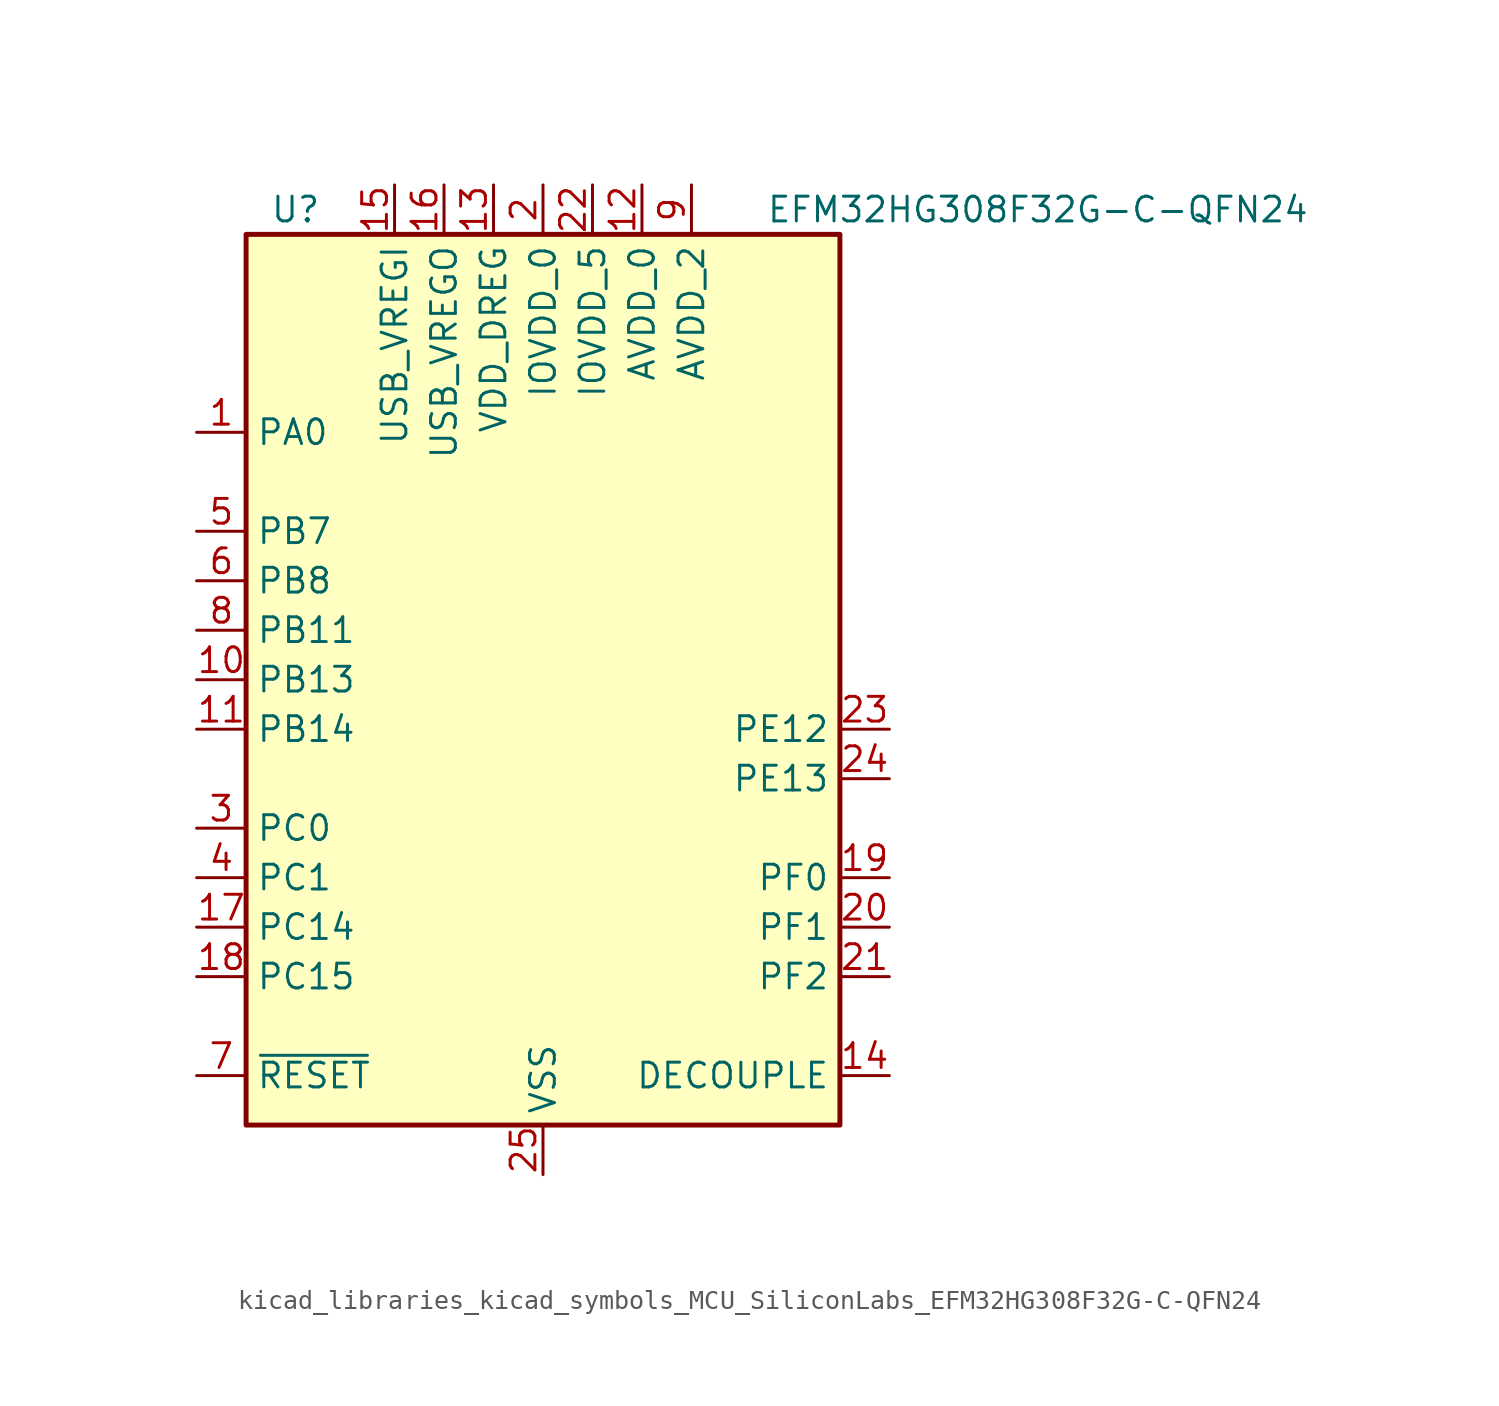
<source format=kicad_sym>
(kicad_symbol_lib
  (version 20220914)
  (generator kicad_symbol_editor)
  (symbol "kicad_libraries_kicad_symbols_MCU_SiliconLabs_EFM32HG308F32G-C-QFN24"
    (property "Reference" "U"
      (at -12.7 24.13 0)
      (effects (font (size 1.27 1.27))))
    (property "Value" "EFM32HG308F32G-C-QFN24"
      (at 25.4 24.13 0)
      (effects (font (size 1.27 1.27))))
    (symbol "kicad_libraries_kicad_symbols_MCU_SiliconLabs_EFM32HG308F32G-C-QFN24_0_1"
      (rectangle (start -15.24 22.86) (end 15.24 -22.86) (stroke (width 0.254) (type default)) (fill (type background))))
    (symbol "kicad_libraries_kicad_symbols_MCU_SiliconLabs_EFM32HG308F32G-C-QFN24_1_1"
      (pin bidirectional line (at -17.78 12.7 0) (length 2.54) (name "PA0" (effects (font (size 1.27 1.27)))) (number "1" (effects (font (size 1.27 1.27)))))
      (pin bidirectional line (at -17.78 0 0) (length 2.54) (name "PB13" (effects (font (size 1.27 1.27)))) (number "10" (effects (font (size 1.27 1.27)))))
      (pin bidirectional line (at -17.78 -2.54 0) (length 2.54) (name "PB14" (effects (font (size 1.27 1.27)))) (number "11" (effects (font (size 1.27 1.27)))))
      (pin power_in line (at 5.08 25.4 270) (length 2.54) (name "AVDD_0" (effects (font (size 1.27 1.27)))) (number "12" (effects (font (size 1.27 1.27)))))
      (pin power_in line (at -2.54 25.4 270) (length 2.54) (name "VDD_DREG" (effects (font (size 1.27 1.27)))) (number "13" (effects (font (size 1.27 1.27)))))
      (pin passive line (at 17.78 -20.32 180) (length 2.54) (name "DECOUPLE" (effects (font (size 1.27 1.27)))) (number "14" (effects (font (size 1.27 1.27)))))
      (pin power_in line (at -7.62 25.4 270) (length 2.54) (name "USB_VREGI" (effects (font (size 1.27 1.27)))) (number "15" (effects (font (size 1.27 1.27)))))
      (pin power_out line (at -5.08 25.4 270) (length 2.54) (name "USB_VREGO" (effects (font (size 1.27 1.27)))) (number "16" (effects (font (size 1.27 1.27)))))
      (pin bidirectional line (at -17.78 -12.7 0) (length 2.54) (name "PC14" (effects (font (size 1.27 1.27)))) (number "17" (effects (font (size 1.27 1.27)))))
      (pin bidirectional line (at -17.78 -15.24 0) (length 2.54) (name "PC15" (effects (font (size 1.27 1.27)))) (number "18" (effects (font (size 1.27 1.27)))))
      (pin bidirectional line (at 17.78 -10.16 180) (length 2.54) (name "PF0" (effects (font (size 1.27 1.27)))) (number "19" (effects (font (size 1.27 1.27)))))
      (pin power_in line (at 0 25.4 270) (length 2.54) (name "IOVDD_0" (effects (font (size 1.27 1.27)))) (number "2" (effects (font (size 1.27 1.27)))))
      (pin bidirectional line (at 17.78 -12.7 180) (length 2.54) (name "PF1" (effects (font (size 1.27 1.27)))) (number "20" (effects (font (size 1.27 1.27)))))
      (pin bidirectional line (at 17.78 -15.24 180) (length 2.54) (name "PF2" (effects (font (size 1.27 1.27)))) (number "21" (effects (font (size 1.27 1.27)))))
      (pin power_in line (at 2.54 25.4 270) (length 2.54) (name "IOVDD_5" (effects (font (size 1.27 1.27)))) (number "22" (effects (font (size 1.27 1.27)))))
      (pin bidirectional line (at 17.78 -2.54 180) (length 2.54) (name "PE12" (effects (font (size 1.27 1.27)))) (number "23" (effects (font (size 1.27 1.27)))))
      (pin bidirectional line (at 17.78 -5.08 180) (length 2.54) (name "PE13" (effects (font (size 1.27 1.27)))) (number "24" (effects (font (size 1.27 1.27)))))
      (pin power_in line (at 0 -25.4 90) (length 2.54) (name "VSS" (effects (font (size 1.27 1.27)))) (number "25" (effects (font (size 1.27 1.27)))))
      (pin bidirectional line (at -17.78 -7.62 0) (length 2.54) (name "PC0" (effects (font (size 1.27 1.27)))) (number "3" (effects (font (size 1.27 1.27)))))
      (pin bidirectional line (at -17.78 -10.16 0) (length 2.54) (name "PC1" (effects (font (size 1.27 1.27)))) (number "4" (effects (font (size 1.27 1.27)))))
      (pin bidirectional line (at -17.78 7.62 0) (length 2.54) (name "PB7" (effects (font (size 1.27 1.27)))) (number "5" (effects (font (size 1.27 1.27)))))
      (pin bidirectional line (at -17.78 5.08 0) (length 2.54) (name "PB8" (effects (font (size 1.27 1.27)))) (number "6" (effects (font (size 1.27 1.27)))))
      (pin input line (at -17.78 -20.32 0) (length 2.54) (name "~{RESET}" (effects (font (size 1.27 1.27)))) (number "7" (effects (font (size 1.27 1.27)))))
      (pin bidirectional line (at -17.78 2.54 0) (length 2.54) (name "PB11" (effects (font (size 1.27 1.27)))) (number "8" (effects (font (size 1.27 1.27)))))
      (pin power_in line (at 7.62 25.4 270) (length 2.54) (name "AVDD_2" (effects (font (size 1.27 1.27)))) (number "9" (effects (font (size 1.27 1.27))))))))
</source>
